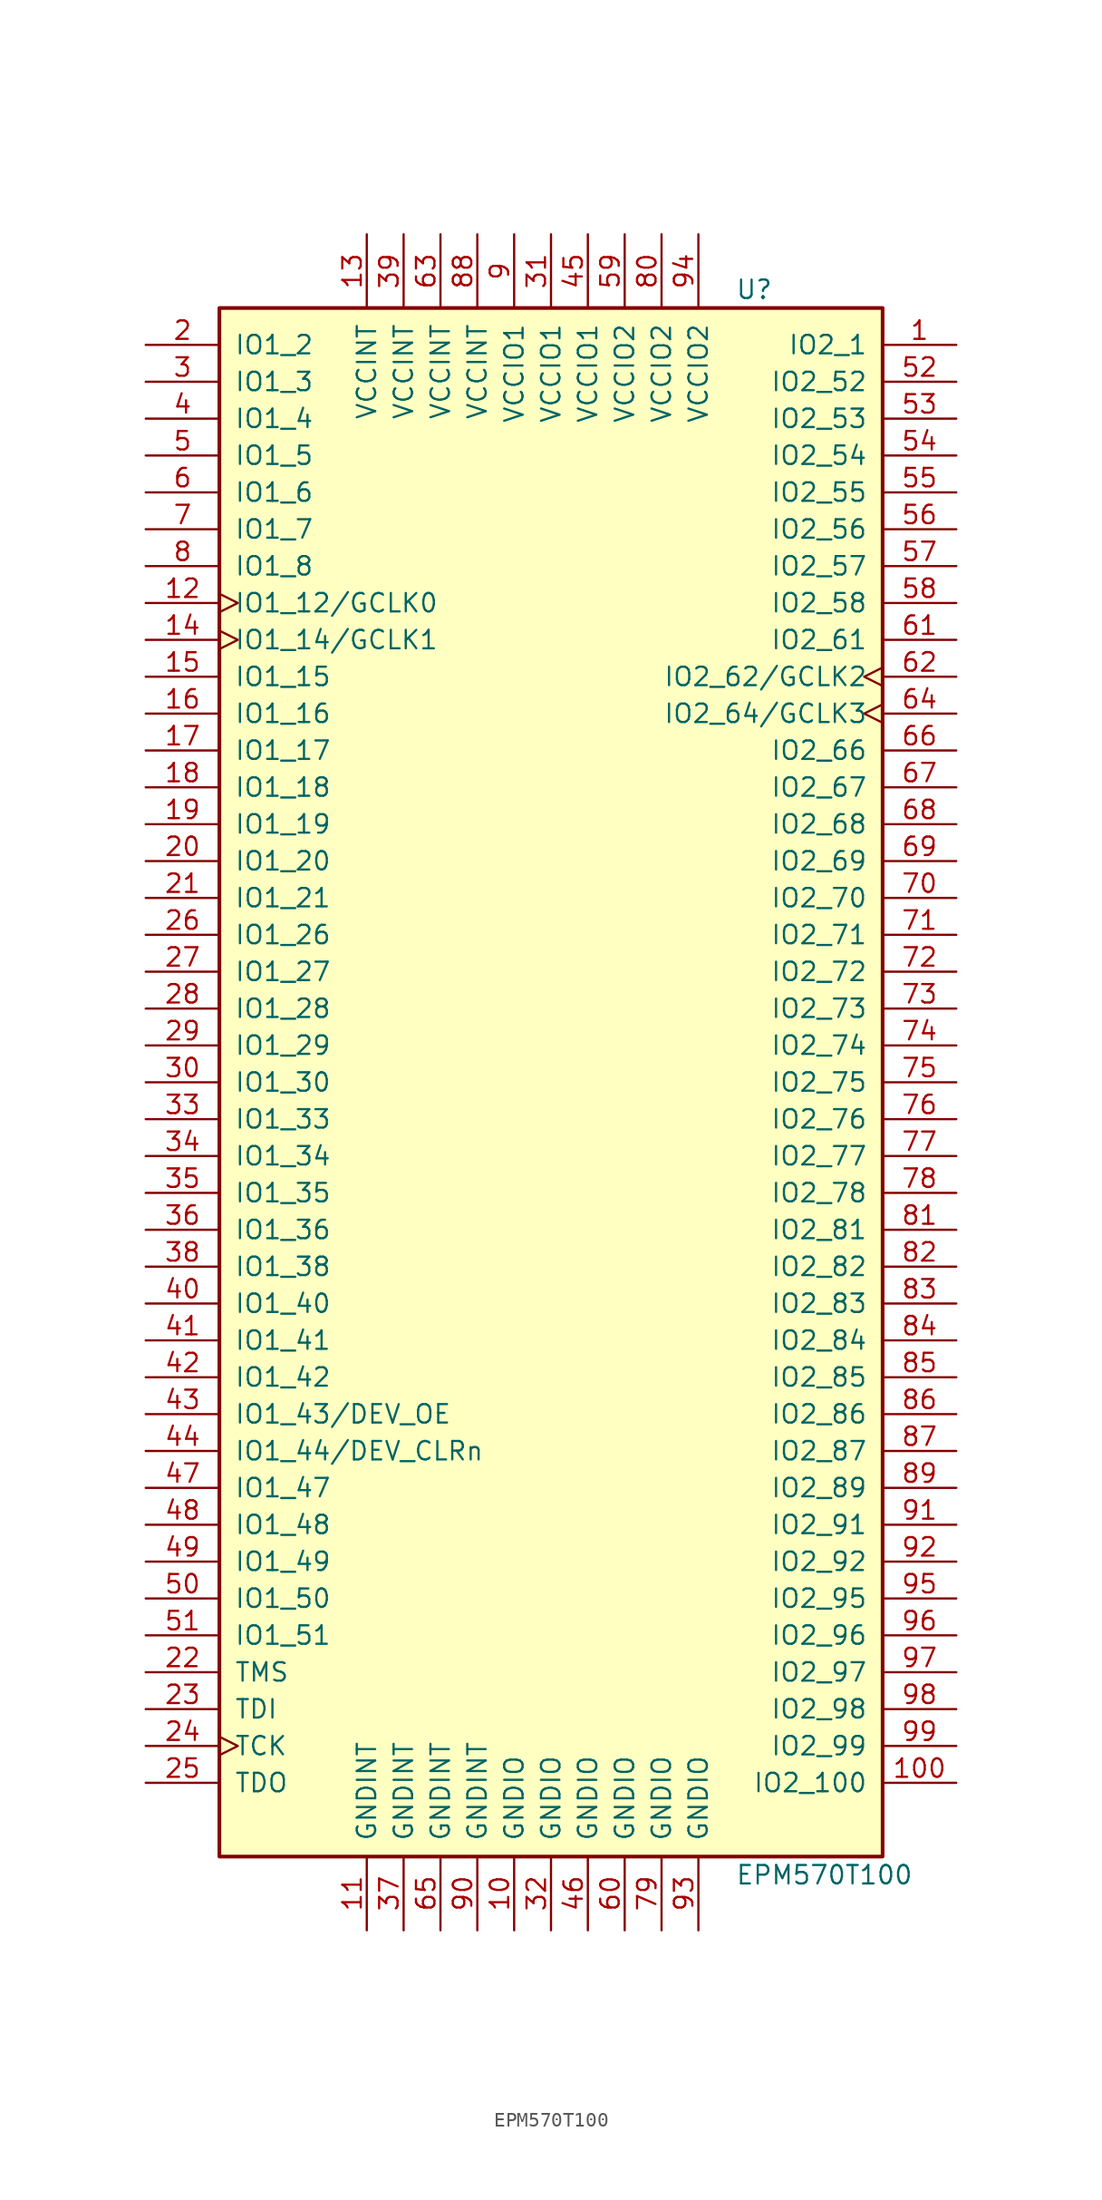
<source format=kicad_sym>
(kicad_symbol_lib
  (version 20231120)
  (generator "kicad_symbol_editor")
  (generator_version "8.0")
  (symbol "EPM570T100"
    (pin_names
      (offset 1.016))
    (property "Reference" "U"
      (at 12.7 54.61 0)
      (effects (font (size 1.27 1.27)) (justify left)))
    (property "Value" "EPM570T100"
      (at 12.7 -54.61 0)
      (effects (font (size 1.27 1.27)) (justify left)))
    (property "ki_locked" ""
      (at 0 0 0)
      (effects (font (size 1.27 1.27))))
    (symbol "EPM570T100_1_1"
      (rectangle (start -22.86 53.34) (end 22.86 -53.34) (stroke (width 0.254) (type default)) (fill (type background)))
      (pin bidirectional line (at 27.94 50.8 180) (length 5.08) (name "IO2_1" (effects (font (size 1.27 1.27)))) (number "1" (effects (font (size 1.27 1.27)))))
      (pin power_in line (at -2.54 -58.42 90) (length 5.08) (name "GNDIO" (effects (font (size 1.27 1.27)))) (number "10" (effects (font (size 1.27 1.27)))))
      (pin bidirectional line (at 27.94 -48.26 180) (length 5.08) (name "IO2_100" (effects (font (size 1.27 1.27)))) (number "100" (effects (font (size 1.27 1.27)))))
      (pin power_in line (at -12.7 -58.42 90) (length 5.08) (name "GNDINT" (effects (font (size 1.27 1.27)))) (number "11" (effects (font (size 1.27 1.27)))))
      (pin bidirectional clock (at -27.94 33.02 0) (length 5.08) (name "IO1_12/GCLK0" (effects (font (size 1.27 1.27)))) (number "12" (effects (font (size 1.27 1.27)))))
      (pin power_in line (at -12.7 58.42 270) (length 5.08) (name "VCCINT" (effects (font (size 1.27 1.27)))) (number "13" (effects (font (size 1.27 1.27)))))
      (pin bidirectional clock (at -27.94 30.48 0) (length 5.08) (name "IO1_14/GCLK1" (effects (font (size 1.27 1.27)))) (number "14" (effects (font (size 1.27 1.27)))))
      (pin bidirectional line (at -27.94 27.94 0) (length 5.08) (name "IO1_15" (effects (font (size 1.27 1.27)))) (number "15" (effects (font (size 1.27 1.27)))))
      (pin bidirectional line (at -27.94 25.4 0) (length 5.08) (name "IO1_16" (effects (font (size 1.27 1.27)))) (number "16" (effects (font (size 1.27 1.27)))))
      (pin bidirectional line (at -27.94 22.86 0) (length 5.08) (name "IO1_17" (effects (font (size 1.27 1.27)))) (number "17" (effects (font (size 1.27 1.27)))))
      (pin bidirectional line (at -27.94 20.32 0) (length 5.08) (name "IO1_18" (effects (font (size 1.27 1.27)))) (number "18" (effects (font (size 1.27 1.27)))))
      (pin bidirectional line (at -27.94 17.78 0) (length 5.08) (name "IO1_19" (effects (font (size 1.27 1.27)))) (number "19" (effects (font (size 1.27 1.27)))))
      (pin bidirectional line (at -27.94 50.8 0) (length 5.08) (name "IO1_2" (effects (font (size 1.27 1.27)))) (number "2" (effects (font (size 1.27 1.27)))))
      (pin bidirectional line (at -27.94 15.24 0) (length 5.08) (name "IO1_20" (effects (font (size 1.27 1.27)))) (number "20" (effects (font (size 1.27 1.27)))))
      (pin bidirectional line (at -27.94 12.7 0) (length 5.08) (name "IO1_21" (effects (font (size 1.27 1.27)))) (number "21" (effects (font (size 1.27 1.27)))))
      (pin input line (at -27.94 -40.64 0) (length 5.08) (name "TMS" (effects (font (size 1.27 1.27)))) (number "22" (effects (font (size 1.27 1.27)))))
      (pin input line (at -27.94 -43.18 0) (length 5.08) (name "TDI" (effects (font (size 1.27 1.27)))) (number "23" (effects (font (size 1.27 1.27)))))
      (pin input clock (at -27.94 -45.72 0) (length 5.08) (name "TCK" (effects (font (size 1.27 1.27)))) (number "24" (effects (font (size 1.27 1.27)))))
      (pin output line (at -27.94 -48.26 0) (length 5.08) (name "TDO" (effects (font (size 1.27 1.27)))) (number "25" (effects (font (size 1.27 1.27)))))
      (pin bidirectional line (at -27.94 10.16 0) (length 5.08) (name "IO1_26" (effects (font (size 1.27 1.27)))) (number "26" (effects (font (size 1.27 1.27)))))
      (pin bidirectional line (at -27.94 7.62 0) (length 5.08) (name "IO1_27" (effects (font (size 1.27 1.27)))) (number "27" (effects (font (size 1.27 1.27)))))
      (pin bidirectional line (at -27.94 5.08 0) (length 5.08) (name "IO1_28" (effects (font (size 1.27 1.27)))) (number "28" (effects (font (size 1.27 1.27)))))
      (pin bidirectional line (at -27.94 2.54 0) (length 5.08) (name "IO1_29" (effects (font (size 1.27 1.27)))) (number "29" (effects (font (size 1.27 1.27)))))
      (pin bidirectional line (at -27.94 48.26 0) (length 5.08) (name "IO1_3" (effects (font (size 1.27 1.27)))) (number "3" (effects (font (size 1.27 1.27)))))
      (pin bidirectional line (at -27.94 0 0) (length 5.08) (name "IO1_30" (effects (font (size 1.27 1.27)))) (number "30" (effects (font (size 1.27 1.27)))))
      (pin power_in line (at 0 58.42 270) (length 5.08) (name "VCCIO1" (effects (font (size 1.27 1.27)))) (number "31" (effects (font (size 1.27 1.27)))))
      (pin power_in line (at 0 -58.42 90) (length 5.08) (name "GNDIO" (effects (font (size 1.27 1.27)))) (number "32" (effects (font (size 1.27 1.27)))))
      (pin bidirectional line (at -27.94 -2.54 0) (length 5.08) (name "IO1_33" (effects (font (size 1.27 1.27)))) (number "33" (effects (font (size 1.27 1.27)))))
      (pin bidirectional line (at -27.94 -5.08 0) (length 5.08) (name "IO1_34" (effects (font (size 1.27 1.27)))) (number "34" (effects (font (size 1.27 1.27)))))
      (pin bidirectional line (at -27.94 -7.62 0) (length 5.08) (name "IO1_35" (effects (font (size 1.27 1.27)))) (number "35" (effects (font (size 1.27 1.27)))))
      (pin bidirectional line (at -27.94 -10.16 0) (length 5.08) (name "IO1_36" (effects (font (size 1.27 1.27)))) (number "36" (effects (font (size 1.27 1.27)))))
      (pin power_in line (at -10.16 -58.42 90) (length 5.08) (name "GNDINT" (effects (font (size 1.27 1.27)))) (number "37" (effects (font (size 1.27 1.27)))))
      (pin bidirectional line (at -27.94 -12.7 0) (length 5.08) (name "IO1_38" (effects (font (size 1.27 1.27)))) (number "38" (effects (font (size 1.27 1.27)))))
      (pin power_in line (at -10.16 58.42 270) (length 5.08) (name "VCCINT" (effects (font (size 1.27 1.27)))) (number "39" (effects (font (size 1.27 1.27)))))
      (pin bidirectional line (at -27.94 45.72 0) (length 5.08) (name "IO1_4" (effects (font (size 1.27 1.27)))) (number "4" (effects (font (size 1.27 1.27)))))
      (pin bidirectional line (at -27.94 -15.24 0) (length 5.08) (name "IO1_40" (effects (font (size 1.27 1.27)))) (number "40" (effects (font (size 1.27 1.27)))))
      (pin bidirectional line (at -27.94 -17.78 0) (length 5.08) (name "IO1_41" (effects (font (size 1.27 1.27)))) (number "41" (effects (font (size 1.27 1.27)))))
      (pin bidirectional line (at -27.94 -20.32 0) (length 5.08) (name "IO1_42" (effects (font (size 1.27 1.27)))) (number "42" (effects (font (size 1.27 1.27)))))
      (pin bidirectional line (at -27.94 -22.86 0) (length 5.08) (name "IO1_43/DEV_OE" (effects (font (size 1.27 1.27)))) (number "43" (effects (font (size 1.27 1.27)))))
      (pin bidirectional line (at -27.94 -25.4 0) (length 5.08) (name "IO1_44/DEV_CLRn" (effects (font (size 1.27 1.27)))) (number "44" (effects (font (size 1.27 1.27)))))
      (pin power_in line (at 2.54 58.42 270) (length 5.08) (name "VCCIO1" (effects (font (size 1.27 1.27)))) (number "45" (effects (font (size 1.27 1.27)))))
      (pin power_in line (at 2.54 -58.42 90) (length 5.08) (name "GNDIO" (effects (font (size 1.27 1.27)))) (number "46" (effects (font (size 1.27 1.27)))))
      (pin bidirectional line (at -27.94 -27.94 0) (length 5.08) (name "IO1_47" (effects (font (size 1.27 1.27)))) (number "47" (effects (font (size 1.27 1.27)))))
      (pin bidirectional line (at -27.94 -30.48 0) (length 5.08) (name "IO1_48" (effects (font (size 1.27 1.27)))) (number "48" (effects (font (size 1.27 1.27)))))
      (pin bidirectional line (at -27.94 -33.02 0) (length 5.08) (name "IO1_49" (effects (font (size 1.27 1.27)))) (number "49" (effects (font (size 1.27 1.27)))))
      (pin bidirectional line (at -27.94 43.18 0) (length 5.08) (name "IO1_5" (effects (font (size 1.27 1.27)))) (number "5" (effects (font (size 1.27 1.27)))))
      (pin bidirectional line (at -27.94 -35.56 0) (length 5.08) (name "IO1_50" (effects (font (size 1.27 1.27)))) (number "50" (effects (font (size 1.27 1.27)))))
      (pin bidirectional line (at -27.94 -38.1 0) (length 5.08) (name "IO1_51" (effects (font (size 1.27 1.27)))) (number "51" (effects (font (size 1.27 1.27)))))
      (pin bidirectional line (at 27.94 48.26 180) (length 5.08) (name "IO2_52" (effects (font (size 1.27 1.27)))) (number "52" (effects (font (size 1.27 1.27)))))
      (pin bidirectional line (at 27.94 45.72 180) (length 5.08) (name "IO2_53" (effects (font (size 1.27 1.27)))) (number "53" (effects (font (size 1.27 1.27)))))
      (pin bidirectional line (at 27.94 43.18 180) (length 5.08) (name "IO2_54" (effects (font (size 1.27 1.27)))) (number "54" (effects (font (size 1.27 1.27)))))
      (pin bidirectional line (at 27.94 40.64 180) (length 5.08) (name "IO2_55" (effects (font (size 1.27 1.27)))) (number "55" (effects (font (size 1.27 1.27)))))
      (pin bidirectional line (at 27.94 38.1 180) (length 5.08) (name "IO2_56" (effects (font (size 1.27 1.27)))) (number "56" (effects (font (size 1.27 1.27)))))
      (pin bidirectional line (at 27.94 35.56 180) (length 5.08) (name "IO2_57" (effects (font (size 1.27 1.27)))) (number "57" (effects (font (size 1.27 1.27)))))
      (pin bidirectional line (at 27.94 33.02 180) (length 5.08) (name "IO2_58" (effects (font (size 1.27 1.27)))) (number "58" (effects (font (size 1.27 1.27)))))
      (pin power_in line (at 5.08 58.42 270) (length 5.08) (name "VCCIO2" (effects (font (size 1.27 1.27)))) (number "59" (effects (font (size 1.27 1.27)))))
      (pin bidirectional line (at -27.94 40.64 0) (length 5.08) (name "IO1_6" (effects (font (size 1.27 1.27)))) (number "6" (effects (font (size 1.27 1.27)))))
      (pin power_in line (at 5.08 -58.42 90) (length 5.08) (name "GNDIO" (effects (font (size 1.27 1.27)))) (number "60" (effects (font (size 1.27 1.27)))))
      (pin bidirectional line (at 27.94 30.48 180) (length 5.08) (name "IO2_61" (effects (font (size 1.27 1.27)))) (number "61" (effects (font (size 1.27 1.27)))))
      (pin bidirectional clock (at 27.94 27.94 180) (length 5.08) (name "IO2_62/GCLK2" (effects (font (size 1.27 1.27)))) (number "62" (effects (font (size 1.27 1.27)))))
      (pin power_in line (at -7.62 58.42 270) (length 5.08) (name "VCCINT" (effects (font (size 1.27 1.27)))) (number "63" (effects (font (size 1.27 1.27)))))
      (pin bidirectional clock (at 27.94 25.4 180) (length 5.08) (name "IO2_64/GCLK3" (effects (font (size 1.27 1.27)))) (number "64" (effects (font (size 1.27 1.27)))))
      (pin power_in line (at -7.62 -58.42 90) (length 5.08) (name "GNDINT" (effects (font (size 1.27 1.27)))) (number "65" (effects (font (size 1.27 1.27)))))
      (pin bidirectional line (at 27.94 22.86 180) (length 5.08) (name "IO2_66" (effects (font (size 1.27 1.27)))) (number "66" (effects (font (size 1.27 1.27)))))
      (pin bidirectional line (at 27.94 20.32 180) (length 5.08) (name "IO2_67" (effects (font (size 1.27 1.27)))) (number "67" (effects (font (size 1.27 1.27)))))
      (pin bidirectional line (at 27.94 17.78 180) (length 5.08) (name "IO2_68" (effects (font (size 1.27 1.27)))) (number "68" (effects (font (size 1.27 1.27)))))
      (pin bidirectional line (at 27.94 15.24 180) (length 5.08) (name "IO2_69" (effects (font (size 1.27 1.27)))) (number "69" (effects (font (size 1.27 1.27)))))
      (pin bidirectional line (at -27.94 38.1 0) (length 5.08) (name "IO1_7" (effects (font (size 1.27 1.27)))) (number "7" (effects (font (size 1.27 1.27)))))
      (pin bidirectional line (at 27.94 12.7 180) (length 5.08) (name "IO2_70" (effects (font (size 1.27 1.27)))) (number "70" (effects (font (size 1.27 1.27)))))
      (pin bidirectional line (at 27.94 10.16 180) (length 5.08) (name "IO2_71" (effects (font (size 1.27 1.27)))) (number "71" (effects (font (size 1.27 1.27)))))
      (pin bidirectional line (at 27.94 7.62 180) (length 5.08) (name "IO2_72" (effects (font (size 1.27 1.27)))) (number "72" (effects (font (size 1.27 1.27)))))
      (pin bidirectional line (at 27.94 5.08 180) (length 5.08) (name "IO2_73" (effects (font (size 1.27 1.27)))) (number "73" (effects (font (size 1.27 1.27)))))
      (pin bidirectional line (at 27.94 2.54 180) (length 5.08) (name "IO2_74" (effects (font (size 1.27 1.27)))) (number "74" (effects (font (size 1.27 1.27)))))
      (pin bidirectional line (at 27.94 0 180) (length 5.08) (name "IO2_75" (effects (font (size 1.27 1.27)))) (number "75" (effects (font (size 1.27 1.27)))))
      (pin bidirectional line (at 27.94 -2.54 180) (length 5.08) (name "IO2_76" (effects (font (size 1.27 1.27)))) (number "76" (effects (font (size 1.27 1.27)))))
      (pin bidirectional line (at 27.94 -5.08 180) (length 5.08) (name "IO2_77" (effects (font (size 1.27 1.27)))) (number "77" (effects (font (size 1.27 1.27)))))
      (pin bidirectional line (at 27.94 -7.62 180) (length 5.08) (name "IO2_78" (effects (font (size 1.27 1.27)))) (number "78" (effects (font (size 1.27 1.27)))))
      (pin power_in line (at 7.62 -58.42 90) (length 5.08) (name "GNDIO" (effects (font (size 1.27 1.27)))) (number "79" (effects (font (size 1.27 1.27)))))
      (pin bidirectional line (at -27.94 35.56 0) (length 5.08) (name "IO1_8" (effects (font (size 1.27 1.27)))) (number "8" (effects (font (size 1.27 1.27)))))
      (pin power_in line (at 7.62 58.42 270) (length 5.08) (name "VCCIO2" (effects (font (size 1.27 1.27)))) (number "80" (effects (font (size 1.27 1.27)))))
      (pin bidirectional line (at 27.94 -10.16 180) (length 5.08) (name "IO2_81" (effects (font (size 1.27 1.27)))) (number "81" (effects (font (size 1.27 1.27)))))
      (pin bidirectional line (at 27.94 -12.7 180) (length 5.08) (name "IO2_82" (effects (font (size 1.27 1.27)))) (number "82" (effects (font (size 1.27 1.27)))))
      (pin bidirectional line (at 27.94 -15.24 180) (length 5.08) (name "IO2_83" (effects (font (size 1.27 1.27)))) (number "83" (effects (font (size 1.27 1.27)))))
      (pin bidirectional line (at 27.94 -17.78 180) (length 5.08) (name "IO2_84" (effects (font (size 1.27 1.27)))) (number "84" (effects (font (size 1.27 1.27)))))
      (pin bidirectional line (at 27.94 -20.32 180) (length 5.08) (name "IO2_85" (effects (font (size 1.27 1.27)))) (number "85" (effects (font (size 1.27 1.27)))))
      (pin bidirectional line (at 27.94 -22.86 180) (length 5.08) (name "IO2_86" (effects (font (size 1.27 1.27)))) (number "86" (effects (font (size 1.27 1.27)))))
      (pin bidirectional line (at 27.94 -25.4 180) (length 5.08) (name "IO2_87" (effects (font (size 1.27 1.27)))) (number "87" (effects (font (size 1.27 1.27)))))
      (pin power_in line (at -5.08 58.42 270) (length 5.08) (name "VCCINT" (effects (font (size 1.27 1.27)))) (number "88" (effects (font (size 1.27 1.27)))))
      (pin bidirectional line (at 27.94 -27.94 180) (length 5.08) (name "IO2_89" (effects (font (size 1.27 1.27)))) (number "89" (effects (font (size 1.27 1.27)))))
      (pin power_in line (at -2.54 58.42 270) (length 5.08) (name "VCCIO1" (effects (font (size 1.27 1.27)))) (number "9" (effects (font (size 1.27 1.27)))))
      (pin power_in line (at -5.08 -58.42 90) (length 5.08) (name "GNDINT" (effects (font (size 1.27 1.27)))) (number "90" (effects (font (size 1.27 1.27)))))
      (pin bidirectional line (at 27.94 -30.48 180) (length 5.08) (name "IO2_91" (effects (font (size 1.27 1.27)))) (number "91" (effects (font (size 1.27 1.27)))))
      (pin bidirectional line (at 27.94 -33.02 180) (length 5.08) (name "IO2_92" (effects (font (size 1.27 1.27)))) (number "92" (effects (font (size 1.27 1.27)))))
      (pin power_in line (at 10.16 -58.42 90) (length 5.08) (name "GNDIO" (effects (font (size 1.27 1.27)))) (number "93" (effects (font (size 1.27 1.27)))))
      (pin power_in line (at 10.16 58.42 270) (length 5.08) (name "VCCIO2" (effects (font (size 1.27 1.27)))) (number "94" (effects (font (size 1.27 1.27)))))
      (pin bidirectional line (at 27.94 -35.56 180) (length 5.08) (name "IO2_95" (effects (font (size 1.27 1.27)))) (number "95" (effects (font (size 1.27 1.27)))))
      (pin bidirectional line (at 27.94 -38.1 180) (length 5.08) (name "IO2_96" (effects (font (size 1.27 1.27)))) (number "96" (effects (font (size 1.27 1.27)))))
      (pin bidirectional line (at 27.94 -40.64 180) (length 5.08) (name "IO2_97" (effects (font (size 1.27 1.27)))) (number "97" (effects (font (size 1.27 1.27)))))
      (pin bidirectional line (at 27.94 -43.18 180) (length 5.08) (name "IO2_98" (effects (font (size 1.27 1.27)))) (number "98" (effects (font (size 1.27 1.27)))))
      (pin bidirectional line (at 27.94 -45.72 180) (length 5.08) (name "IO2_99" (effects (font (size 1.27 1.27)))) (number "99" (effects (font (size 1.27 1.27))))))))
</source>
